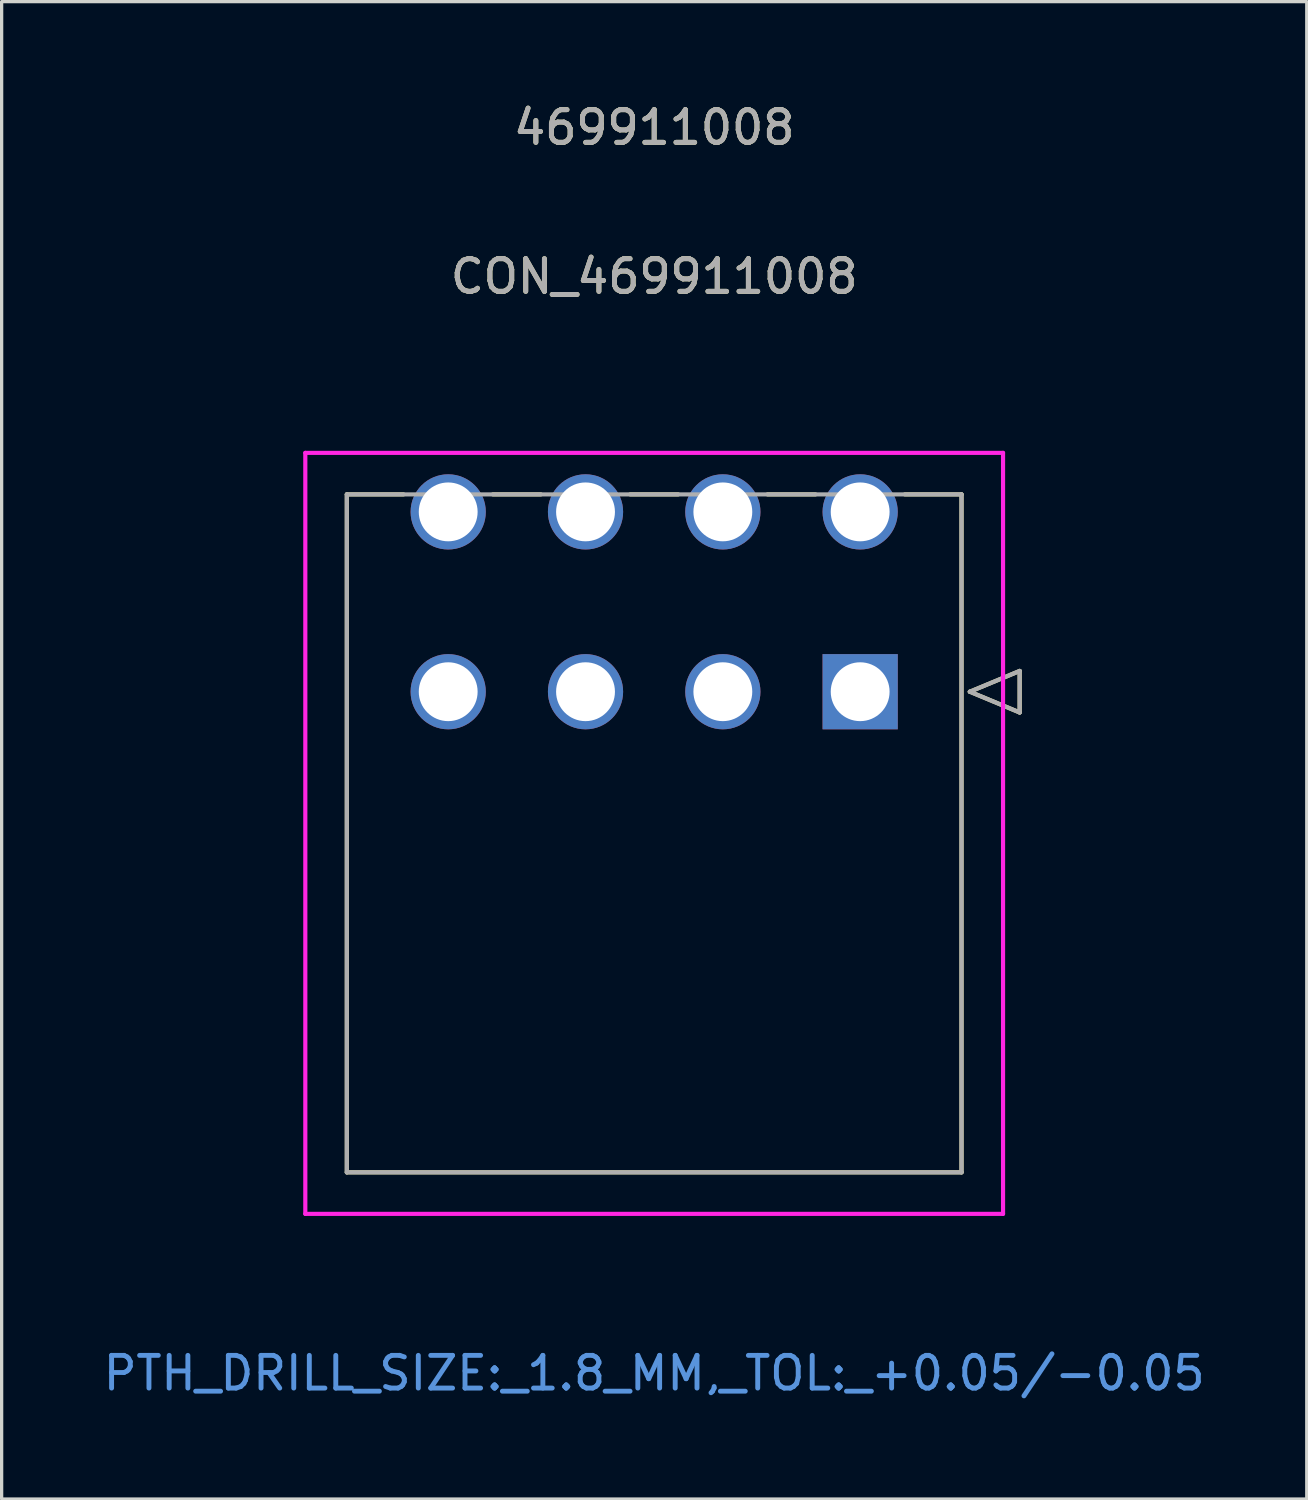
<source format=kicad_pcb>
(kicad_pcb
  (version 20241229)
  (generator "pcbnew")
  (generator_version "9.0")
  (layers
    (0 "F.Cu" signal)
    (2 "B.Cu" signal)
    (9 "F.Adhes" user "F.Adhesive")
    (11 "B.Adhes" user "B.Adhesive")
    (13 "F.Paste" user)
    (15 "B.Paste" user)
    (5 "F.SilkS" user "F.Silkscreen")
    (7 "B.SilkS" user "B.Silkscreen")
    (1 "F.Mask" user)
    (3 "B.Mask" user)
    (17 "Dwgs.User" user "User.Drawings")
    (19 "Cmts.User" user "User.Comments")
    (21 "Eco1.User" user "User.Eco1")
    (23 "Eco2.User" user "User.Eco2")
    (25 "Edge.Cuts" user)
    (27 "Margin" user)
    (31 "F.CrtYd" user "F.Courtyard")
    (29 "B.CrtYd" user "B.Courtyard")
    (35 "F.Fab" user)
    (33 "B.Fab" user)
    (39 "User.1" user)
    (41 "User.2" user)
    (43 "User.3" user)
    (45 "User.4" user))
  (footprint "CON_469911008"
    (layer "F.Cu")
    (at 23.258 18.106)
    (property "Reference" "CON_469911008" (at -6.3 -12.7 0) (unlocked yes) (layer "F.SilkS") (effects (font (size 1 1) (thickness 0.15))))
    (attr through_hole)
    (fp_line (start -15.7 -6.035) (end -15.7 14.7) (stroke (width 0.127) (type solid)) (layer "F.SilkS"))
    (fp_line (start -15.7 14.7) (end 3.1 14.7) (stroke (width 0.127) (type solid)) (layer "F.SilkS"))
    (fp_line (start -13.967 -6.035) (end -15.7 -6.035) (stroke (width 0.127) (type solid)) (layer "F.SilkS"))
    (fp_line (start -9.767 -6.035) (end -11.233 -6.035) (stroke (width 0.127) (type solid)) (layer "F.SilkS"))
    (fp_line (start -5.567 -6.035) (end -7.033 -6.035) (stroke (width 0.127) (type solid)) (layer "F.SilkS"))
    (fp_line (start -1.367 -6.035) (end -2.833 -6.035) (stroke (width 0.127) (type solid)) (layer "F.SilkS"))
    (fp_line (start 3.1 -6.035) (end 1.367 -6.035) (stroke (width 0.127) (type solid)) (layer "F.SilkS"))
    (fp_line (start 3.1 14.7) (end 3.1 -6.035) (stroke (width 0.127) (type solid)) (layer "F.SilkS"))
    (fp_line (start 3.354 0) (end 4.878 -0.635) (stroke (width 0.127) (type solid)) (layer "F.SilkS"))
    (fp_line (start 4.878 -0.635) (end 4.878 0.635) (stroke (width 0.127) (type solid)) (layer "F.SilkS"))
    (fp_line (start 4.878 0.635) (end 3.354 0) (stroke (width 0.127) (type solid)) (layer "F.SilkS"))
    (fp_line (start -16.97 -7.305) (end -16.97 15.97) (stroke (width 0.127) (type solid)) (layer "F.CrtYd"))
    (fp_line (start -16.97 15.97) (end 4.37 15.97) (stroke (width 0.127) (type solid)) (layer "F.CrtYd"))
    (fp_line (start 4.37 -7.305) (end -16.97 -7.305) (stroke (width 0.127) (type solid)) (layer "F.CrtYd"))
    (fp_line (start 4.37 15.97) (end 4.37 -7.305) (stroke (width 0.127) (type solid)) (layer "F.CrtYd"))
    (fp_line (start -15.7 -6.035) (end -15.7 14.7) (stroke (width 0.127) (type solid)) (layer "F.Fab"))
    (fp_line (start -15.7 14.7) (end 3.1 14.7) (stroke (width 0.127) (type solid)) (layer "F.Fab"))
    (fp_line (start 3.1 -6.035) (end -15.7 -6.035) (stroke (width 0.127) (type solid)) (layer "F.Fab"))
    (fp_line (start 3.1 14.7) (end 3.1 -6.035) (stroke (width 0.127) (type solid)) (layer "F.Fab"))
    (fp_line (start 3.354 0) (end 4.878 -0.635) (stroke (width 0.127) (type solid)) (layer "F.Fab"))
    (fp_line (start 4.878 -0.635) (end 4.878 0.635) (stroke (width 0.127) (type solid)) (layer "F.Fab"))
    (fp_line (start 4.878 0.635) (end 3.354 0) (stroke (width 0.127) (type solid)) (layer "F.Fab"))
    (fp_text user "469911008" (at -6.3 -17.257 0) (unlocked yes) (layer "F.SilkS") (effects (font (size 1 1) (thickness 0.15))))
    (fp_text user "PTH_DRILL_SIZE:_1.8_MM,_TOL:_+0.05/-0.05" (at -6.3 20.843 0) (unlocked yes) (layer "Cmts.User") (effects (font (size 1 1) (thickness 0.15))))
    (fp_text user "469911008" (at -6.3 -17.257 0) (unlocked yes) (layer "F.Fab") (effects (font (size 1 1) (thickness 0.15))))
    (fp_text user "${REFERENCE}" (at -6.3 -12.7 0) (unlocked yes) (layer "F.Fab") (effects (font (size 1 1) (thickness 0.15))))
    (pad "1" thru_hole rect (at 0 0) (size 2.3 2.3) (drill 1.8) (layers "*.Cu" "*.Mask"))
    (pad "2" thru_hole circle (at -4.2 0) (size 2.3 2.3) (drill 1.8) (layers "*.Cu" "*.Mask"))
    (pad "3" thru_hole circle (at -8.4 0) (size 2.3 2.3) (drill 1.8) (layers "*.Cu" "*.Mask"))
    (pad "4" thru_hole circle (at -12.6 0) (size 2.3 2.3) (drill 1.8) (layers "*.Cu" "*.Mask"))
    (pad "5" thru_hole circle (at 0 -5.5) (size 2.3 2.3) (drill 1.8) (layers "*.Cu" "*.Mask"))
    (pad "6" thru_hole circle (at -4.2 -5.5) (size 2.3 2.3) (drill 1.8) (layers "*.Cu" "*.Mask"))
    (pad "7" thru_hole circle (at -8.4 -5.5) (size 2.3 2.3) (drill 1.8) (layers "*.Cu" "*.Mask"))
    (pad "8" thru_hole circle (at -12.6 -5.5) (size 2.3 2.3) (drill 1.8) (layers "*.Cu" "*.Mask")))
  (gr_rect
    (start -3 -3)
    (end 36.917 42.797)
    (stroke (width 0.1) (type default))
    (fill no)
    (layer "Edge.Cuts")))
</source>
